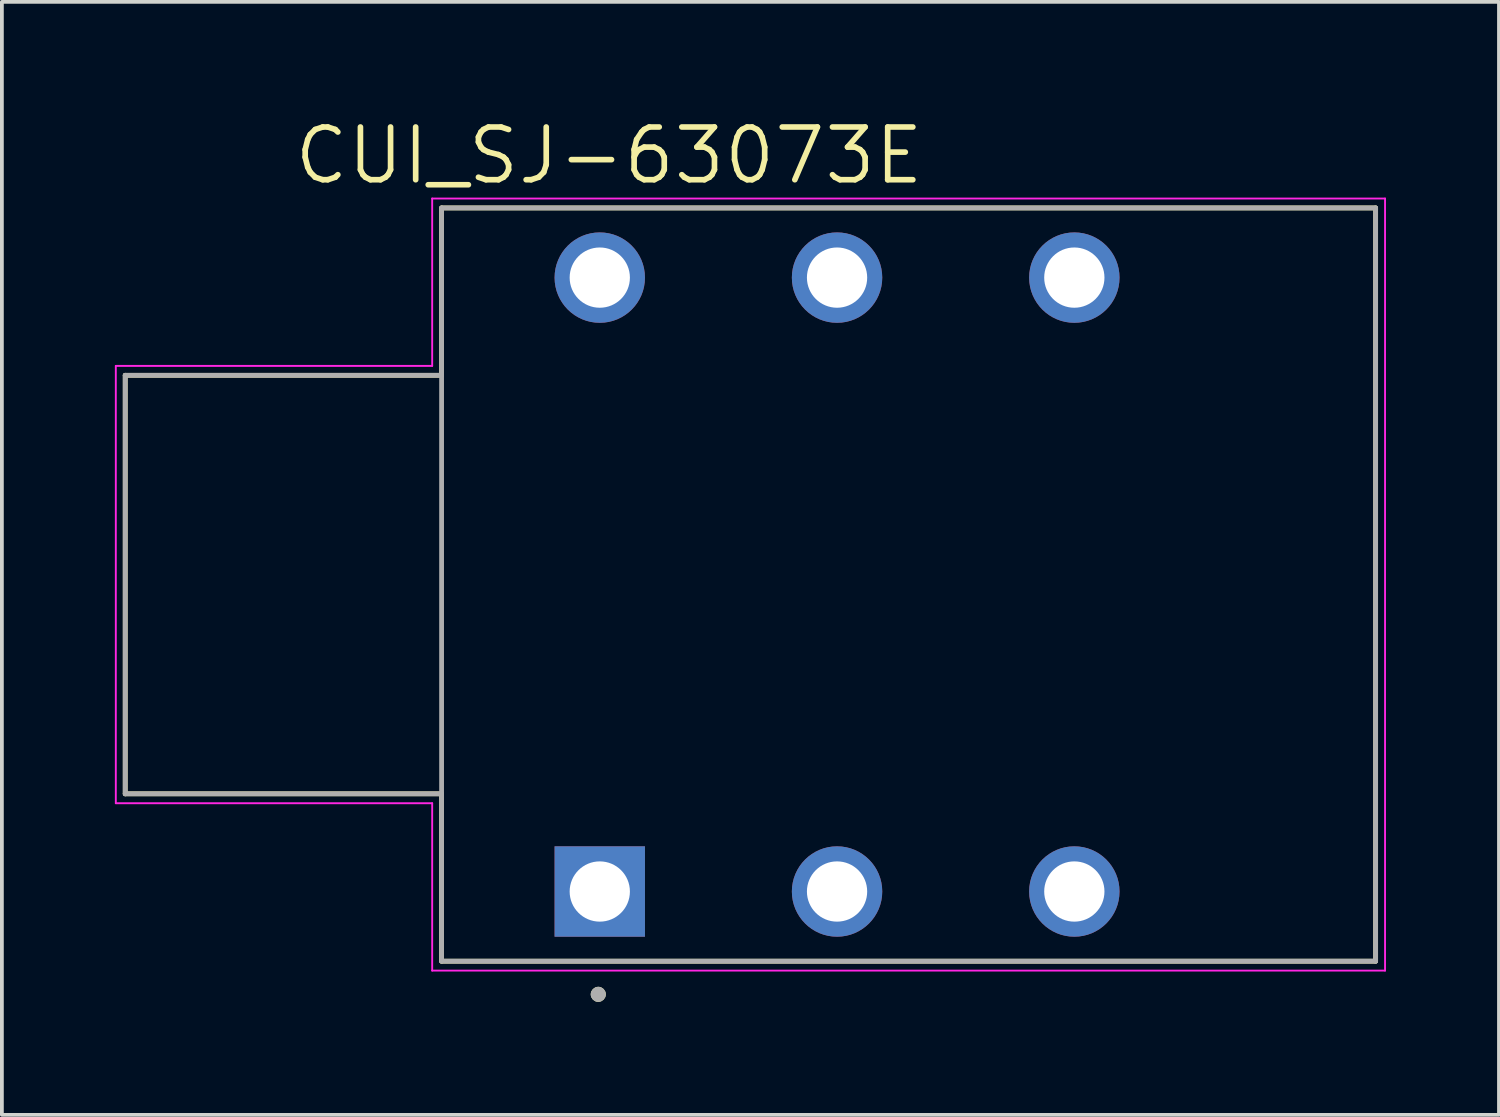
<source format=kicad_pcb>
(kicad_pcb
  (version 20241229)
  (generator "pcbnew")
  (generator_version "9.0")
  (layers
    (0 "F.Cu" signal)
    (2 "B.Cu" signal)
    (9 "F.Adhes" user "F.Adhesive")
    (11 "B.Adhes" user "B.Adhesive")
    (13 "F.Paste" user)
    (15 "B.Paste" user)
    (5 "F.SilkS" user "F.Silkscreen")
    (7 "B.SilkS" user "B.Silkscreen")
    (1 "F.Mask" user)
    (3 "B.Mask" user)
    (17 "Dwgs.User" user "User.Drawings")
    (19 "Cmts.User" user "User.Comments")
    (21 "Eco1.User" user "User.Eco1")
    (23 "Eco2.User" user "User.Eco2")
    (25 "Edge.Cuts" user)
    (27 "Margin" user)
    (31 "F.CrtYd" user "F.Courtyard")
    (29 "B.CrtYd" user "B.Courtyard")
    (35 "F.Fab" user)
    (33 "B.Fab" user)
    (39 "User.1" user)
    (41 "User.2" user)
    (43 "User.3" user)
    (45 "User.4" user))
  (footprint "CUI_SJ-63073E"
    (layer "F.Cu")
    (at 12.875 12.471)
    (property "Reference" "CUI_SJ-63073E" (at 0.245 -11.389 0) (layer "F.SilkS") (effects (font (size 1.4 1.4) (thickness 0.15))))
    (attr through_hole)
    (fp_line (start -12.6 -5.556) (end -12.6 5.556) (stroke (width 0.127) (type solid)) (layer "F.SilkS"))
    (fp_line (start -12.6 5.556) (end -4.2 5.556) (stroke (width 0.127) (type solid)) (layer "F.SilkS"))
    (fp_line (start -4.2 -10) (end -4.2 -5.556) (stroke (width 0.127) (type solid)) (layer "F.SilkS"))
    (fp_line (start -4.2 -5.556) (end -12.6 -5.556) (stroke (width 0.127) (type solid)) (layer "F.SilkS"))
    (fp_line (start -4.2 5.556) (end -4.2 10) (stroke (width 0.127) (type solid)) (layer "F.SilkS"))
    (fp_line (start -4.2 10) (end 20.6 10) (stroke (width 0.127) (type solid)) (layer "F.SilkS"))
    (fp_line (start 20.6 -10) (end -4.2 -10) (stroke (width 0.127) (type solid)) (layer "F.SilkS"))
    (fp_line (start 20.6 10) (end 20.6 -10) (stroke (width 0.127) (type solid)) (layer "F.SilkS"))
    (fp_circle (center -0.04 10.88) (end 0.06 10.88) (stroke (width 0.2) (type solid)) (fill no) (layer "F.SilkS"))
    (fp_line (start -12.85 -5.806) (end -12.85 5.806) (stroke (width 0.05) (type solid)) (layer "F.CrtYd"))
    (fp_line (start -12.85 5.806) (end -4.45 5.806) (stroke (width 0.05) (type solid)) (layer "F.CrtYd"))
    (fp_line (start -4.45 -10.25) (end -4.45 -5.806) (stroke (width 0.05) (type solid)) (layer "F.CrtYd"))
    (fp_line (start -4.45 -5.806) (end -12.85 -5.806) (stroke (width 0.05) (type solid)) (layer "F.CrtYd"))
    (fp_line (start -4.45 5.806) (end -4.45 10.25) (stroke (width 0.05) (type solid)) (layer "F.CrtYd"))
    (fp_line (start -4.45 10.25) (end 20.85 10.25) (stroke (width 0.05) (type solid)) (layer "F.CrtYd"))
    (fp_line (start 20.85 -10.25) (end -4.45 -10.25) (stroke (width 0.05) (type solid)) (layer "F.CrtYd"))
    (fp_line (start 20.85 10.25) (end 20.85 -10.25) (stroke (width 0.05) (type solid)) (layer "F.CrtYd"))
    (fp_line (start -12.6 -5.556) (end -12.6 5.556) (stroke (width 0.127) (type solid)) (layer "F.Fab"))
    (fp_line (start -12.6 5.556) (end -4.2 5.556) (stroke (width 0.127) (type solid)) (layer "F.Fab"))
    (fp_line (start -4.2 -10) (end -4.2 -5.6) (stroke (width 0.127) (type solid)) (layer "F.Fab"))
    (fp_line (start -4.2 -5.6) (end -4.2 -5.556) (stroke (width 0.127) (type solid)) (layer "F.Fab"))
    (fp_line (start -4.2 -5.556) (end -12.6 -5.556) (stroke (width 0.127) (type solid)) (layer "F.Fab"))
    (fp_line (start -4.2 -5.556) (end -4.2 5.556) (stroke (width 0.127) (type solid)) (layer "F.Fab"))
    (fp_line (start -4.2 5.556) (end -4.2 5.6) (stroke (width 0.127) (type solid)) (layer "F.Fab"))
    (fp_line (start -4.2 5.6) (end -4.2 10) (stroke (width 0.127) (type solid)) (layer "F.Fab"))
    (fp_line (start -4.2 10) (end 20.6 10) (stroke (width 0.127) (type solid)) (layer "F.Fab"))
    (fp_line (start 20.6 -10) (end -4.2 -10) (stroke (width 0.127) (type solid)) (layer "F.Fab"))
    (fp_line (start 20.6 10) (end 20.6 -10) (stroke (width 0.127) (type solid)) (layer "F.Fab"))
    (fp_circle (center -0.04 10.88) (end 0.06 10.88) (stroke (width 0.2) (type solid)) (fill no) (layer "F.Fab"))
    (pad "R" thru_hole circle (at 6.3 8.15) (size 2.4 2.4) (drill 1.6) (layers "*.Cu" "*.Mask"))
    (pad "RN" thru_hole circle (at 6.3 -8.15) (size 2.4 2.4) (drill 1.6) (layers "*.Cu" "*.Mask"))
    (pad "S" thru_hole rect (at 0 8.15) (size 2.4 2.4) (drill 1.6) (layers "*.Cu" "*.Mask"))
    (pad "SN" thru_hole circle (at 0 -8.15) (size 2.4 2.4) (drill 1.6) (layers "*.Cu" "*.Mask"))
    (pad "T" thru_hole circle (at 12.6 8.15) (size 2.4 2.4) (drill 1.6) (layers "*.Cu" "*.Mask"))
    (pad "TN" thru_hole circle (at 12.6 -8.15) (size 2.4 2.4) (drill 1.6) (layers "*.Cu" "*.Mask")))
  (gr_rect
    (start -3 -3)
    (end 36.75 26.551)
    (stroke (width 0.1) (type default))
    (fill no)
    (layer "Edge.Cuts")))
</source>
